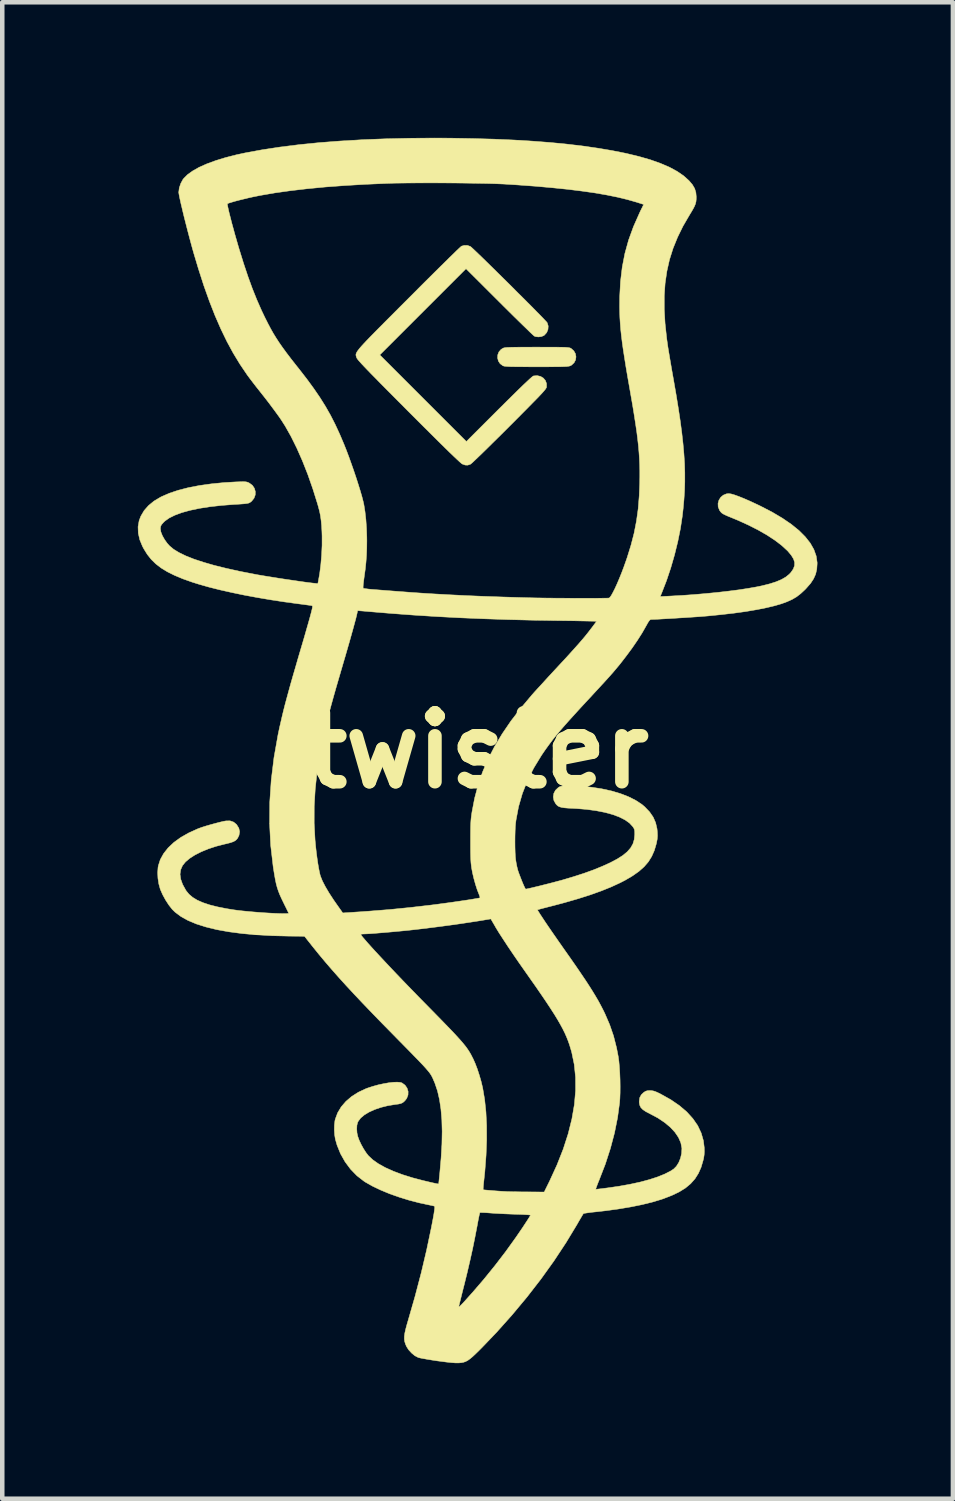
<source format=kicad_pcb>
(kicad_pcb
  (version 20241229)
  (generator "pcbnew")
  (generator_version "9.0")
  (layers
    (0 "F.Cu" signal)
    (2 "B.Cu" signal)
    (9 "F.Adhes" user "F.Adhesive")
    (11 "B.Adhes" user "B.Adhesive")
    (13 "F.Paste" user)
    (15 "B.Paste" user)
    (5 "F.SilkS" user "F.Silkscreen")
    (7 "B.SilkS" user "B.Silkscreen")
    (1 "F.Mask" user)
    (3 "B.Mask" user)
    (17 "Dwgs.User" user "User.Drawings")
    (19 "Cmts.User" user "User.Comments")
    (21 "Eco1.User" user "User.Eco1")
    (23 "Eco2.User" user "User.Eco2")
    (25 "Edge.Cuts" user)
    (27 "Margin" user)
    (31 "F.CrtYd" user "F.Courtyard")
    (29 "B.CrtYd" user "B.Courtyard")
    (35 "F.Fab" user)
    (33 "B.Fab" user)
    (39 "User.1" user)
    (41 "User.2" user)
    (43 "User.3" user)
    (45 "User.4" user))
  (footprint "twister"
    (layer "F.Cu")
    (at 7.518 13.559)
    (property "Reference" "twister" (at 0 0 0) (layer "F.SilkS") (effects (font (size 1.524 1.524) (thickness 0.3))))
    (attr through_hole)
    (fp_poly (pts (xy 1.481 -8.927) (xy 1.618 -8.927) (xy 1.73 -8.927) (xy 1.82 -8.926) (xy 1.891 -8.925) (xy 1.946 -8.923) (xy 1.986 -8.92) (xy 2.016 -8.916) (xy 2.037 -8.912) (xy 2.053 -8.907) (xy 2.066 -8.9) (xy 2.07 -8.898) (xy 2.129 -8.846) (xy 2.165 -8.783) (xy 2.178 -8.714) (xy 2.168 -8.644) (xy 2.135 -8.581) (xy 2.08 -8.53) (xy 2.059 -8.518) (xy 2.044 -8.512) (xy 2.026 -8.507) (xy 2.001 -8.503) (xy 1.968 -8.499) (xy 1.922 -8.497) (xy 1.861 -8.495) (xy 1.783 -8.493) (xy 1.685 -8.493) (xy 1.564 -8.492) (xy 1.417 -8.492) (xy 1.308 -8.492) (xy 1.142 -8.492) (xy 1.003 -8.493) (xy 0.89 -8.493) (xy 0.798 -8.495) (xy 0.726 -8.496) (xy 0.671 -8.499) (xy 0.629 -8.502) (xy 0.599 -8.505) (xy 0.577 -8.51) (xy 0.562 -8.515) (xy 0.559 -8.517) (xy 0.499 -8.561) (xy 0.46 -8.62) (xy 0.443 -8.688) (xy 0.447 -8.757) (xy 0.472 -8.822) (xy 0.519 -8.876) (xy 0.562 -8.903) (xy 0.577 -8.909) (xy 0.597 -8.914) (xy 0.625 -8.918) (xy 0.664 -8.921) (xy 0.717 -8.923) (xy 0.785 -8.925) (xy 0.872 -8.926) (xy 0.981 -8.927) (xy 1.113 -8.927) (xy 1.272 -8.928) (xy 1.317 -8.928) (xy 1.481 -8.927)) (stroke (width 0.01) (type solid)) (fill yes) (layer "F.SilkS"))
    (fp_poly (pts (xy -0.224 -11.178) (xy -0.161 -11.156) (xy -0.158 -11.154) (xy -0.138 -11.138) (xy -0.1 -11.103) (xy -0.045 -11.051) (xy 0.026 -10.983) (xy 0.109 -10.903) (xy 0.203 -10.811) (xy 0.305 -10.711) (xy 0.415 -10.603) (xy 0.529 -10.49) (xy 0.647 -10.374) (xy 0.765 -10.257) (xy 0.881 -10.14) (xy 0.995 -10.027) (xy 1.103 -9.919) (xy 1.204 -9.818) (xy 1.295 -9.725) (xy 1.375 -9.644) (xy 1.442 -9.575) (xy 1.493 -9.521) (xy 1.527 -9.485) (xy 1.541 -9.467) (xy 1.541 -9.467) (xy 1.563 -9.395) (xy 1.558 -9.32) (xy 1.53 -9.25) (xy 1.478 -9.192) (xy 1.463 -9.182) (xy 1.411 -9.161) (xy 1.347 -9.153) (xy 1.286 -9.16) (xy 1.258 -9.17) (xy 1.242 -9.183) (xy 1.206 -9.216) (xy 1.153 -9.266) (xy 1.085 -9.333) (xy 1.002 -9.413) (xy 0.907 -9.506) (xy 0.801 -9.61) (xy 0.687 -9.723) (xy 0.566 -9.843) (xy 0.484 -9.925) (xy -0.256 -10.663) (xy -2.164 -8.755) (xy -0.248 -6.839) (xy 0.473 -7.559) (xy 0.638 -7.723) (xy 0.782 -7.865) (xy 0.906 -7.987) (xy 1.009 -8.087) (xy 1.094 -8.167) (xy 1.158 -8.227) (xy 1.204 -8.267) (xy 1.231 -8.287) (xy 1.237 -8.29) (xy 1.319 -8.297) (xy 1.393 -8.28) (xy 1.455 -8.243) (xy 1.501 -8.189) (xy 1.526 -8.121) (xy 1.526 -8.045) (xy 1.526 -8.044) (xy 1.522 -8.031) (xy 1.513 -8.015) (xy 1.499 -7.994) (xy 1.476 -7.966) (xy 1.445 -7.93) (xy 1.404 -7.885) (xy 1.351 -7.829) (xy 1.285 -7.761) (xy 1.204 -7.679) (xy 1.108 -7.581) (xy 0.995 -7.467) (xy 0.863 -7.334) (xy 0.711 -7.182) (xy 0.702 -7.173) (xy 0.571 -7.042) (xy 0.446 -6.918) (xy 0.327 -6.801) (xy 0.218 -6.693) (xy 0.119 -6.596) (xy 0.032 -6.512) (xy -0.041 -6.442) (xy -0.098 -6.388) (xy -0.138 -6.352) (xy -0.159 -6.336) (xy -0.16 -6.335) (xy -0.218 -6.316) (xy -0.274 -6.318) (xy -0.338 -6.341) (xy -0.359 -6.356) (xy -0.397 -6.389) (xy -0.453 -6.441) (xy -0.528 -6.512) (xy -0.622 -6.602) (xy -0.734 -6.712) (xy -0.867 -6.843) (xy -1.019 -6.994) (xy -1.191 -7.165) (xy -1.383 -7.357) (xy -1.528 -7.502) (xy -1.714 -7.689) (xy -1.88 -7.856) (xy -2.026 -8.003) (xy -2.155 -8.133) (xy -2.266 -8.247) (xy -2.362 -8.344) (xy -2.442 -8.427) (xy -2.509 -8.497) (xy -2.563 -8.554) (xy -2.604 -8.6) (xy -2.636 -8.636) (xy -2.657 -8.663) (xy -2.67 -8.682) (xy -2.675 -8.692) (xy -2.682 -8.711) (xy -2.687 -8.728) (xy -2.691 -8.745) (xy -2.692 -8.762) (xy -2.688 -8.781) (xy -2.679 -8.803) (xy -2.664 -8.83) (xy -2.641 -8.862) (xy -2.61 -8.902) (xy -2.569 -8.949) (xy -2.517 -9.006) (xy -2.453 -9.074) (xy -2.376 -9.154) (xy -2.284 -9.248) (xy -2.177 -9.356) (xy -2.054 -9.48) (xy -1.913 -9.621) (xy -1.754 -9.781) (xy -1.574 -9.961) (xy -1.536 -9.999) (xy -1.381 -10.154) (xy -1.233 -10.303) (xy -1.091 -10.444) (xy -0.957 -10.577) (xy -0.833 -10.7) (xy -0.72 -10.811) (xy -0.62 -10.91) (xy -0.533 -10.994) (xy -0.463 -11.063) (xy -0.409 -11.114) (xy -0.373 -11.147) (xy -0.358 -11.161) (xy -0.294 -11.179) (xy -0.224 -11.178)) (stroke (width 0.01) (type solid)) (fill yes) (layer "F.SilkS"))
    (fp_poly (pts (xy -0.594 -13.552) (xy -0.102 -13.543) (xy 0.361 -13.53) (xy 0.799 -13.511) (xy 1.213 -13.486) (xy 1.605 -13.456) (xy 1.977 -13.42) (xy 2.33 -13.378) (xy 2.668 -13.329) (xy 2.976 -13.277) (xy 3.287 -13.215) (xy 3.569 -13.147) (xy 3.823 -13.074) (xy 4.048 -12.994) (xy 4.246 -12.909) (xy 4.416 -12.817) (xy 4.559 -12.719) (xy 4.676 -12.614) (xy 4.678 -12.612) (xy 4.754 -12.523) (xy 4.804 -12.437) (xy 4.831 -12.348) (xy 4.839 -12.257) (xy 4.838 -12.196) (xy 4.833 -12.145) (xy 4.821 -12.097) (xy 4.8 -12.045) (xy 4.769 -11.985) (xy 4.725 -11.91) (xy 4.689 -11.851) (xy 4.546 -11.605) (xy 4.426 -11.361) (xy 4.326 -11.114) (xy 4.247 -10.864) (xy 4.189 -10.606) (xy 4.15 -10.339) (xy 4.131 -10.06) (xy 4.131 -9.765) (xy 4.149 -9.452) (xy 4.185 -9.12) (xy 4.21 -8.943) (xy 4.22 -8.879) (xy 4.235 -8.791) (xy 4.253 -8.683) (xy 4.274 -8.561) (xy 4.296 -8.431) (xy 4.32 -8.296) (xy 4.337 -8.201) (xy 4.394 -7.873) (xy 4.443 -7.571) (xy 4.485 -7.293) (xy 4.519 -7.035) (xy 4.546 -6.794) (xy 4.566 -6.568) (xy 4.58 -6.353) (xy 4.586 -6.147) (xy 4.586 -5.946) (xy 4.58 -5.749) (xy 4.567 -5.551) (xy 4.549 -5.351) (xy 4.53 -5.185) (xy 4.489 -4.913) (xy 4.431 -4.626) (xy 4.359 -4.333) (xy 4.275 -4.042) (xy 4.181 -3.761) (xy 4.08 -3.501) (xy 4.066 -3.466) (xy 4.041 -3.408) (xy 4.249 -3.418) (xy 4.52 -3.433) (xy 4.79 -3.452) (xy 5.055 -3.475) (xy 5.31 -3.5) (xy 5.553 -3.528) (xy 5.78 -3.557) (xy 5.987 -3.589) (xy 6.17 -3.621) (xy 6.287 -3.645) (xy 6.459 -3.688) (xy 6.603 -3.734) (xy 6.723 -3.784) (xy 6.82 -3.84) (xy 6.897 -3.902) (xy 6.936 -3.944) (xy 6.987 -4.019) (xy 7.014 -4.092) (xy 7.016 -4.165) (xy 6.992 -4.24) (xy 6.942 -4.322) (xy 6.866 -4.413) (xy 6.85 -4.429) (xy 6.729 -4.54) (xy 6.581 -4.653) (xy 6.409 -4.766) (xy 6.214 -4.878) (xy 6 -4.987) (xy 5.77 -5.092) (xy 5.625 -5.152) (xy 5.539 -5.187) (xy 5.477 -5.215) (xy 5.432 -5.238) (xy 5.4 -5.26) (xy 5.377 -5.285) (xy 5.356 -5.314) (xy 5.353 -5.32) (xy 5.324 -5.394) (xy 5.321 -5.469) (xy 5.341 -5.541) (xy 5.38 -5.604) (xy 5.437 -5.652) (xy 5.507 -5.681) (xy 5.559 -5.686) (xy 5.611 -5.679) (xy 5.687 -5.657) (xy 5.786 -5.621) (xy 5.905 -5.573) (xy 6.042 -5.513) (xy 6.196 -5.441) (xy 6.26 -5.41) (xy 6.516 -5.278) (xy 6.744 -5.143) (xy 6.943 -5.007) (xy 7.112 -4.87) (xy 7.251 -4.731) (xy 7.362 -4.59) (xy 7.442 -4.449) (xy 7.493 -4.306) (xy 7.514 -4.163) (xy 7.514 -4.133) (xy 7.506 -4.013) (xy 7.481 -3.904) (xy 7.435 -3.801) (xy 7.368 -3.699) (xy 7.275 -3.593) (xy 7.245 -3.561) (xy 7.15 -3.473) (xy 7.058 -3.402) (xy 6.959 -3.344) (xy 6.846 -3.293) (xy 6.726 -3.249) (xy 6.568 -3.203) (xy 6.383 -3.159) (xy 6.171 -3.117) (xy 5.935 -3.077) (xy 5.676 -3.041) (xy 5.397 -3.009) (xy 5.098 -2.979) (xy 4.975 -2.969) (xy 4.903 -2.963) (xy 4.812 -2.957) (xy 4.706 -2.95) (xy 4.59 -2.942) (xy 4.469 -2.935) (xy 4.346 -2.927) (xy 4.227 -2.92) (xy 4.115 -2.914) (xy 4.016 -2.908) (xy 3.933 -2.904) (xy 3.872 -2.902) (xy 3.838 -2.901) (xy 3.82 -2.895) (xy 3.8 -2.876) (xy 3.774 -2.838) (xy 3.741 -2.779) (xy 3.727 -2.754) (xy 3.641 -2.603) (xy 3.536 -2.438) (xy 3.416 -2.263) (xy 3.284 -2.085) (xy 3.146 -1.907) (xy 3.003 -1.736) (xy 2.91 -1.631) (xy 2.87 -1.587) (xy 2.814 -1.525) (xy 2.743 -1.448) (xy 2.662 -1.36) (xy 2.575 -1.266) (xy 2.485 -1.168) (xy 2.426 -1.105) (xy 2.274 -0.941) (xy 2.142 -0.796) (xy 2.025 -0.667) (xy 1.924 -0.553) (xy 1.834 -0.45) (xy 1.755 -0.355) (xy 1.683 -0.267) (xy 1.618 -0.182) (xy 1.556 -0.098) (xy 1.495 -0.013) (xy 1.434 0.076) (xy 1.411 0.111) (xy 1.242 0.388) (xy 1.102 0.667) (xy 0.991 0.951) (xy 0.907 1.241) (xy 0.851 1.538) (xy 0.842 1.608) (xy 0.835 1.684) (xy 0.831 1.783) (xy 0.828 1.897) (xy 0.827 2.018) (xy 0.828 2.138) (xy 0.831 2.249) (xy 0.836 2.345) (xy 0.842 2.405) (xy 0.854 2.482) (xy 0.87 2.564) (xy 0.887 2.634) (xy 0.888 2.638) (xy 0.905 2.691) (xy 0.929 2.755) (xy 0.956 2.825) (xy 0.984 2.896) (xy 1.011 2.961) (xy 1.035 3.014) (xy 1.054 3.051) (xy 1.064 3.066) (xy 1.065 3.066) (xy 1.087 3.062) (xy 1.133 3.052) (xy 1.2 3.037) (xy 1.282 3.017) (xy 1.374 2.995) (xy 1.472 2.97) (xy 1.572 2.945) (xy 1.669 2.92) (xy 1.758 2.896) (xy 1.835 2.876) (xy 1.871 2.866) (xy 2.129 2.789) (xy 2.361 2.714) (xy 2.571 2.638) (xy 2.762 2.56) (xy 2.938 2.48) (xy 3.091 2.399) (xy 3.215 2.32) (xy 3.313 2.239) (xy 3.387 2.154) (xy 3.438 2.064) (xy 3.467 1.966) (xy 3.478 1.858) (xy 3.478 1.854) (xy 3.477 1.794) (xy 3.472 1.752) (xy 3.458 1.718) (xy 3.434 1.682) (xy 3.363 1.605) (xy 3.265 1.535) (xy 3.141 1.472) (xy 2.992 1.416) (xy 2.821 1.369) (xy 2.628 1.331) (xy 2.417 1.302) (xy 2.188 1.283) (xy 2.112 1.279) (xy 2.004 1.274) (xy 1.921 1.267) (xy 1.859 1.257) (xy 1.813 1.244) (xy 1.778 1.226) (xy 1.75 1.201) (xy 1.73 1.178) (xy 1.689 1.104) (xy 1.675 1.026) (xy 1.687 0.948) (xy 1.724 0.877) (xy 1.785 0.82) (xy 1.809 0.804) (xy 1.833 0.794) (xy 1.862 0.787) (xy 1.903 0.783) (xy 1.962 0.782) (xy 2.044 0.782) (xy 2.286 0.789) (xy 2.522 0.811) (xy 2.748 0.846) (xy 2.962 0.893) (xy 3.161 0.952) (xy 3.341 1.022) (xy 3.5 1.102) (xy 3.634 1.19) (xy 3.698 1.244) (xy 3.806 1.357) (xy 3.886 1.473) (xy 3.94 1.596) (xy 3.971 1.73) (xy 3.978 1.804) (xy 3.981 1.887) (xy 3.975 1.962) (xy 3.959 2.045) (xy 3.954 2.067) (xy 3.911 2.212) (xy 3.853 2.343) (xy 3.779 2.462) (xy 3.685 2.571) (xy 3.569 2.674) (xy 3.43 2.772) (xy 3.265 2.869) (xy 3.156 2.925) (xy 2.957 3.017) (xy 2.736 3.106) (xy 2.49 3.194) (xy 2.219 3.28) (xy 1.921 3.366) (xy 1.684 3.429) (xy 1.585 3.454) (xy 1.497 3.477) (xy 1.423 3.496) (xy 1.368 3.511) (xy 1.334 3.521) (xy 1.326 3.524) (xy 1.332 3.538) (xy 1.354 3.574) (xy 1.389 3.63) (xy 1.437 3.702) (xy 1.495 3.79) (xy 1.562 3.889) (xy 1.636 3.997) (xy 1.716 4.112) (xy 1.799 4.232) (xy 1.884 4.353) (xy 1.912 4.393) (xy 2.055 4.596) (xy 2.181 4.777) (xy 2.292 4.94) (xy 2.39 5.085) (xy 2.476 5.217) (xy 2.551 5.336) (xy 2.618 5.447) (xy 2.678 5.55) (xy 2.731 5.649) (xy 2.781 5.746) (xy 2.817 5.82) (xy 2.922 6.063) (xy 3.008 6.312) (xy 3.075 6.575) (xy 3.113 6.771) (xy 3.127 6.873) (xy 3.138 6.998) (xy 3.147 7.138) (xy 3.153 7.286) (xy 3.155 7.435) (xy 3.154 7.577) (xy 3.149 7.705) (xy 3.142 7.795) (xy 3.098 8.122) (xy 3.03 8.461) (xy 2.939 8.805) (xy 2.827 9.151) (xy 2.694 9.494) (xy 2.694 9.495) (xy 2.664 9.568) (xy 2.64 9.631) (xy 2.623 9.678) (xy 2.616 9.705) (xy 2.617 9.709) (xy 2.635 9.707) (xy 2.678 9.702) (xy 2.74 9.695) (xy 2.816 9.685) (xy 2.866 9.679) (xy 3.129 9.641) (xy 3.374 9.597) (xy 3.6 9.548) (xy 3.804 9.493) (xy 3.985 9.434) (xy 4.141 9.371) (xy 4.27 9.305) (xy 4.339 9.26) (xy 4.4 9.199) (xy 4.452 9.116) (xy 4.491 9.019) (xy 4.515 8.914) (xy 4.521 8.809) (xy 4.52 8.793) (xy 4.497 8.677) (xy 4.446 8.561) (xy 4.368 8.446) (xy 4.265 8.335) (xy 4.138 8.229) (xy 3.99 8.13) (xy 3.821 8.04) (xy 3.818 8.038) (xy 3.725 7.99) (xy 3.659 7.946) (xy 3.614 7.9) (xy 3.589 7.849) (xy 3.578 7.79) (xy 3.577 7.763) (xy 3.588 7.682) (xy 3.623 7.616) (xy 3.677 7.565) (xy 3.717 7.539) (xy 3.758 7.526) (xy 3.814 7.523) (xy 3.816 7.523) (xy 3.858 7.526) (xy 3.898 7.534) (xy 3.945 7.55) (xy 4.004 7.577) (xy 4.058 7.604) (xy 4.276 7.726) (xy 4.467 7.857) (xy 4.63 7.996) (xy 4.764 8.144) (xy 4.871 8.299) (xy 4.948 8.462) (xy 4.997 8.632) (xy 5.016 8.785) (xy 5.018 8.873) (xy 5.014 8.946) (xy 5.003 9.019) (xy 4.991 9.069) (xy 4.946 9.222) (xy 4.886 9.357) (xy 4.81 9.477) (xy 4.715 9.584) (xy 4.6 9.68) (xy 4.461 9.766) (xy 4.298 9.844) (xy 4.107 9.918) (xy 4.059 9.934) (xy 3.862 9.993) (xy 3.638 10.048) (xy 3.391 10.098) (xy 3.124 10.143) (xy 2.842 10.182) (xy 2.631 10.206) (xy 2.543 10.215) (xy 2.465 10.225) (xy 2.402 10.234) (xy 2.36 10.241) (xy 2.343 10.246) (xy 2.332 10.262) (xy 2.309 10.3) (xy 2.276 10.356) (xy 2.236 10.424) (xy 2.198 10.491) (xy 1.957 10.889) (xy 1.691 11.292) (xy 1.401 11.696) (xy 1.091 12.096) (xy 0.764 12.488) (xy 0.423 12.87) (xy 0.144 13.162) (xy 0.044 13.264) (xy -0.04 13.346) (xy -0.109 13.411) (xy -0.168 13.46) (xy -0.218 13.496) (xy -0.265 13.52) (xy -0.31 13.536) (xy -0.357 13.545) (xy -0.41 13.55) (xy -0.434 13.551) (xy -0.496 13.55) (xy -0.584 13.543) (xy -0.695 13.531) (xy -0.825 13.514) (xy -0.902 13.504) (xy -1.005 13.488) (xy -1.103 13.472) (xy -1.188 13.457) (xy -1.257 13.444) (xy -1.304 13.433) (xy -1.318 13.428) (xy -1.39 13.39) (xy -1.461 13.331) (xy -1.525 13.261) (xy -1.572 13.188) (xy -1.596 13.132) (xy -1.613 13.078) (xy -1.621 13.023) (xy -1.62 12.962) (xy -1.61 12.89) (xy -1.59 12.801) (xy -1.561 12.693) (xy -1.536 12.608) (xy -1.449 12.306) (xy -0.415 12.306) (xy -0.409 12.307) (xy -0.394 12.297) (xy -0.369 12.274) (xy -0.332 12.235) (xy -0.281 12.18) (xy -0.214 12.105) (xy -0.129 12.01) (xy -0.114 11.994) (xy 0.137 11.702) (xy 0.385 11.396) (xy 0.625 11.083) (xy 0.849 10.771) (xy 0.984 10.574) (xy 1.038 10.492) (xy 1.086 10.419) (xy 1.126 10.357) (xy 1.154 10.311) (xy 1.17 10.285) (xy 1.172 10.28) (xy 1.158 10.277) (xy 1.118 10.273) (xy 1.056 10.269) (xy 0.978 10.265) (xy 0.887 10.262) (xy 0.845 10.261) (xy 0.73 10.257) (xy 0.607 10.252) (xy 0.486 10.246) (xy 0.376 10.24) (xy 0.289 10.234) (xy 0.209 10.228) (xy 0.14 10.224) (xy 0.087 10.223) (xy 0.057 10.223) (xy 0.051 10.224) (xy 0.046 10.241) (xy 0.036 10.283) (xy 0.023 10.345) (xy 0.008 10.422) (xy -0.008 10.51) (xy -0.009 10.516) (xy -0.058 10.769) (xy -0.109 11.021) (xy -0.166 11.278) (xy -0.229 11.549) (xy -0.294 11.813) (xy -0.323 11.926) (xy -0.349 12.03) (xy -0.372 12.123) (xy -0.391 12.199) (xy -0.405 12.256) (xy -0.413 12.289) (xy -0.414 12.294) (xy -0.415 12.306) (xy -1.449 12.306) (xy -1.384 12.079) (xy -1.247 11.558) (xy -1.127 11.05) (xy -1.024 10.56) (xy -0.986 10.363) (xy -0.967 10.255) (xy -0.955 10.175) (xy -0.949 10.121) (xy -0.949 10.091) (xy -0.953 10.083) (xy -0.975 10.076) (xy -1.018 10.066) (xy -1.067 10.056) (xy -1.292 10.008) (xy -1.518 9.949) (xy -1.738 9.881) (xy -1.95 9.806) (xy -2.147 9.724) (xy -2.325 9.639) (xy -2.479 9.552) (xy -2.514 9.529) (xy -2.67 9.408) (xy -2.81 9.264) (xy -2.932 9.1) (xy -3.033 8.921) (xy -3.11 8.73) (xy -3.148 8.597) (xy -3.163 8.503) (xy -3.17 8.396) (xy -3.168 8.289) (xy -3.157 8.193) (xy -3.149 8.157) (xy -3.097 8.017) (xy -3.018 7.885) (xy -2.914 7.764) (xy -2.787 7.655) (xy -2.639 7.561) (xy -2.473 7.483) (xy -2.436 7.469) (xy -2.32 7.431) (xy -2.201 7.398) (xy -2.082 7.372) (xy -1.969 7.352) (xy -1.866 7.34) (xy -1.778 7.337) (xy -1.71 7.343) (xy -1.673 7.354) (xy -1.605 7.404) (xy -1.56 7.469) (xy -1.537 7.543) (xy -1.539 7.62) (xy -1.567 7.694) (xy -1.596 7.734) (xy -1.63 7.77) (xy -1.662 7.794) (xy -1.699 7.81) (xy -1.75 7.822) (xy -1.822 7.831) (xy -1.986 7.858) (xy -2.139 7.896) (xy -2.279 7.944) (xy -2.402 8) (xy -2.506 8.063) (xy -2.587 8.131) (xy -2.641 8.204) (xy -2.654 8.229) (xy -2.67 8.293) (xy -2.674 8.374) (xy -2.668 8.461) (xy -2.651 8.538) (xy -2.621 8.621) (xy -2.577 8.715) (xy -2.524 8.811) (xy -2.468 8.898) (xy -2.417 8.964) (xy -2.32 9.055) (xy -2.195 9.143) (xy -2.042 9.228) (xy -1.864 9.308) (xy -1.662 9.384) (xy -1.438 9.454) (xy -1.21 9.514) (xy -1.125 9.534) (xy -1.046 9.553) (xy -0.979 9.568) (xy -0.932 9.578) (xy -0.915 9.582) (xy -0.861 9.591) (xy -0.836 9.346) (xy -0.807 9.013) (xy -0.789 8.707) (xy -0.784 8.425) (xy -0.791 8.168) (xy -0.811 7.934) (xy -0.843 7.722) (xy -0.887 7.531) (xy -0.945 7.359) (xy -0.994 7.245) (xy -1.008 7.217) (xy -1.022 7.191) (xy -1.039 7.164) (xy -1.058 7.136) (xy -1.083 7.104) (xy -1.114 7.067) (xy -1.153 7.022) (xy -1.201 6.969) (xy -1.261 6.906) (xy -1.333 6.831) (xy -1.42 6.742) (xy -1.522 6.637) (xy -1.642 6.515) (xy -1.78 6.375) (xy -1.856 6.297) (xy -2.104 6.045) (xy -2.332 5.81) (xy -2.541 5.592) (xy -2.733 5.389) (xy -2.91 5.198) (xy -3.073 5.018) (xy -3.225 4.846) (xy -3.367 4.681) (xy -3.501 4.521) (xy -3.628 4.364) (xy -3.669 4.313) (xy -3.83 4.109) (xy -4.166 4.106) (xy -4.541 4.097) (xy -4.89 4.077) (xy -5 4.068) (xy -2.585 4.068) (xy -2.575 4.086) (xy -2.545 4.125) (xy -2.497 4.181) (xy -2.434 4.254) (xy -2.355 4.342) (xy -2.263 4.443) (xy -2.159 4.555) (xy -2.046 4.676) (xy -1.924 4.806) (xy -1.795 4.942) (xy -1.661 5.082) (xy -1.523 5.225) (xy -1.383 5.369) (xy -1.243 5.513) (xy -1.203 5.553) (xy -1.038 5.721) (xy -0.893 5.869) (xy -0.766 5.999) (xy -0.656 6.113) (xy -0.56 6.212) (xy -0.479 6.299) (xy -0.41 6.375) (xy -0.351 6.441) (xy -0.302 6.5) (xy -0.26 6.552) (xy -0.225 6.601) (xy -0.194 6.647) (xy -0.166 6.693) (xy -0.14 6.74) (xy -0.115 6.789) (xy -0.098 6.822) (xy -0.053 6.923) (xy -0.006 7.046) (xy 0.038 7.181) (xy 0.078 7.319) (xy 0.11 7.452) (xy 0.113 7.466) (xy 0.156 7.719) (xy 0.185 7.996) (xy 0.2 8.296) (xy 0.201 8.617) (xy 0.188 8.957) (xy 0.161 9.314) (xy 0.141 9.504) (xy 0.133 9.579) (xy 0.127 9.644) (xy 0.124 9.691) (xy 0.123 9.716) (xy 0.124 9.718) (xy 0.14 9.721) (xy 0.181 9.725) (xy 0.241 9.73) (xy 0.314 9.736) (xy 0.396 9.743) (xy 0.481 9.749) (xy 0.563 9.754) (xy 0.637 9.758) (xy 0.654 9.759) (xy 0.695 9.76) (xy 0.76 9.762) (xy 0.844 9.763) (xy 0.942 9.765) (xy 1.048 9.766) (xy 1.109 9.766) (xy 1.474 9.769) (xy 1.592 9.53) (xy 1.757 9.17) (xy 1.895 8.82) (xy 2.005 8.48) (xy 2.087 8.152) (xy 2.142 7.834) (xy 2.169 7.527) (xy 2.168 7.23) (xy 2.139 6.945) (xy 2.082 6.671) (xy 2.034 6.51) (xy 2.004 6.425) (xy 1.97 6.34) (xy 1.932 6.253) (xy 1.887 6.162) (xy 1.834 6.064) (xy 1.773 5.958) (xy 1.702 5.841) (xy 1.619 5.712) (xy 1.524 5.568) (xy 1.415 5.407) (xy 1.291 5.227) (xy 1.15 5.027) (xy 1.085 4.934) (xy 0.934 4.719) (xy 0.797 4.52) (xy 0.674 4.338) (xy 0.567 4.175) (xy 0.475 4.033) (xy 0.401 3.912) (xy 0.38 3.874) (xy 0.293 3.725) (xy 0.24 3.734) (xy 0.056 3.765) (xy -0.152 3.797) (xy -0.376 3.831) (xy -0.612 3.864) (xy -0.851 3.896) (xy -1.087 3.926) (xy -1.314 3.953) (xy -1.435 3.967) (xy -1.546 3.979) (xy -1.667 3.991) (xy -1.795 4.003) (xy -1.925 4.015) (xy -2.053 4.026) (xy -2.174 4.036) (xy -2.283 4.045) (xy -2.377 4.052) (xy -2.451 4.056) (xy -2.5 4.058) (xy -2.505 4.058) (xy -2.549 4.06) (xy -2.578 4.064) (xy -2.585 4.068) (xy -5 4.068) (xy -5.211 4.049) (xy -5.506 4.01) (xy -5.773 3.962) (xy -6.013 3.903) (xy -6.225 3.836) (xy -6.41 3.758) (xy -6.566 3.671) (xy -6.694 3.575) (xy -6.757 3.513) (xy -6.831 3.419) (xy -6.904 3.307) (xy -6.97 3.186) (xy -7.021 3.069) (xy -7.023 3.062) (xy -7.054 2.95) (xy -7.073 2.826) (xy -7.079 2.701) (xy -7.071 2.586) (xy -7.065 2.551) (xy -7.021 2.413) (xy -6.948 2.28) (xy -6.848 2.153) (xy -6.722 2.034) (xy -6.571 1.924) (xy -6.396 1.824) (xy -6.198 1.734) (xy -6.165 1.721) (xy -6.095 1.696) (xy -6.006 1.668) (xy -5.906 1.639) (xy -5.804 1.611) (xy -5.707 1.586) (xy -5.623 1.566) (xy -5.566 1.556) (xy -5.477 1.555) (xy -5.399 1.582) (xy -5.334 1.635) (xy -5.286 1.712) (xy -5.282 1.72) (xy -5.266 1.796) (xy -5.279 1.876) (xy -5.308 1.935) (xy -5.333 1.968) (xy -5.365 1.995) (xy -5.41 2.018) (xy -5.472 2.039) (xy -5.557 2.061) (xy -5.598 2.07) (xy -5.785 2.118) (xy -5.958 2.175) (xy -6.116 2.24) (xy -6.254 2.31) (xy -6.371 2.385) (xy -6.463 2.463) (xy -6.528 2.543) (xy -6.53 2.546) (xy -6.57 2.638) (xy -6.584 2.737) (xy -6.569 2.845) (xy -6.527 2.962) (xy -6.457 3.089) (xy -6.448 3.103) (xy -6.386 3.179) (xy -6.305 3.248) (xy -6.203 3.31) (xy -6.078 3.365) (xy -5.928 3.415) (xy -5.753 3.459) (xy -5.551 3.499) (xy -5.396 3.524) (xy -5.306 3.536) (xy -5.203 3.548) (xy -5.09 3.559) (xy -4.97 3.57) (xy -4.847 3.58) (xy -4.725 3.589) (xy -4.607 3.596) (xy -4.496 3.602) (xy -4.396 3.606) (xy -4.311 3.608) (xy -4.245 3.608) (xy -4.2 3.605) (xy -4.18 3.6) (xy -4.18 3.598) (xy -4.188 3.581) (xy -4.208 3.541) (xy -4.235 3.485) (xy -4.269 3.417) (xy -4.286 3.382) (xy -4.335 3.281) (xy -4.375 3.193) (xy -4.407 3.112) (xy -4.434 3.031) (xy -4.457 2.945) (xy -4.477 2.848) (xy -4.497 2.734) (xy -4.519 2.598) (xy -4.524 2.563) (xy -4.578 2.098) (xy -4.602 1.625) (xy -4.602 1.608) (xy -3.616 1.608) (xy -3.596 1.98) (xy -3.583 2.119) (xy -3.569 2.243) (xy -3.553 2.368) (xy -3.536 2.486) (xy -3.518 2.594) (xy -3.5 2.685) (xy -3.484 2.754) (xy -3.476 2.78) (xy -3.434 2.885) (xy -3.37 3.009) (xy -3.287 3.15) (xy -3.184 3.308) (xy -3.098 3.431) (xy -2.983 3.593) (xy -2.841 3.584) (xy -2.78 3.58) (xy -2.696 3.574) (xy -2.598 3.568) (xy -2.493 3.56) (xy -2.39 3.553) (xy -1.939 3.517) (xy -1.488 3.472) (xy -1.03 3.419) (xy -0.911 3.404) (xy -0.787 3.387) (xy -0.659 3.37) (xy -0.531 3.352) (xy -0.408 3.334) (xy -0.291 3.317) (xy -0.186 3.301) (xy -0.096 3.286) (xy -0.024 3.274) (xy 0.027 3.265) (xy 0.052 3.258) (xy 0.054 3.257) (xy 0.053 3.241) (xy 0.041 3.207) (xy 0.032 3.182) (xy -0.008 3.08) (xy -0.047 2.959) (xy -0.083 2.829) (xy -0.113 2.701) (xy -0.123 2.647) (xy -0.133 2.592) (xy -0.14 2.538) (xy -0.146 2.483) (xy -0.15 2.42) (xy -0.153 2.345) (xy -0.155 2.253) (xy -0.156 2.14) (xy -0.156 2.021) (xy -0.156 1.886) (xy -0.155 1.776) (xy -0.154 1.685) (xy -0.151 1.609) (xy -0.147 1.543) (xy -0.141 1.482) (xy -0.133 1.42) (xy -0.123 1.355) (xy -0.065 1.053) (xy 0.013 0.76) (xy 0.111 0.473) (xy 0.232 0.19) (xy 0.376 -0.09) (xy 0.545 -0.371) (xy 0.738 -0.654) (xy 0.959 -0.941) (xy 1.206 -1.235) (xy 1.217 -1.247) (xy 1.262 -1.298) (xy 1.324 -1.366) (xy 1.399 -1.447) (xy 1.483 -1.539) (xy 1.572 -1.637) (xy 1.664 -1.736) (xy 1.713 -1.789) (xy 1.852 -1.939) (xy 1.973 -2.069) (xy 2.076 -2.183) (xy 2.165 -2.282) (xy 2.242 -2.368) (xy 2.308 -2.445) (xy 2.366 -2.513) (xy 2.376 -2.525) (xy 2.412 -2.57) (xy 2.455 -2.624) (xy 2.5 -2.683) (xy 2.544 -2.74) (xy 2.582 -2.791) (xy 2.612 -2.831) (xy 2.628 -2.855) (xy 2.63 -2.86) (xy 2.616 -2.861) (xy 2.574 -2.863) (xy 2.507 -2.864) (xy 2.419 -2.866) (xy 2.311 -2.868) (xy 2.187 -2.871) (xy 2.049 -2.873) (xy 1.9 -2.875) (xy 1.807 -2.876) (xy 1.221 -2.885) (xy 0.661 -2.899) (xy 0.121 -2.917) (xy -0.402 -2.939) (xy -0.912 -2.966) (xy -1.415 -2.998) (xy -1.915 -3.035) (xy -2.299 -3.067) (xy -2.397 -3.075) (xy -2.485 -3.083) (xy -2.558 -3.089) (xy -2.612 -3.093) (xy -2.643 -3.096) (xy -2.649 -3.096) (xy -2.659 -3.084) (xy -2.66 -3.07) (xy -2.665 -3.043) (xy -2.677 -2.99) (xy -2.696 -2.913) (xy -2.723 -2.814) (xy -2.755 -2.696) (xy -2.793 -2.56) (xy -2.835 -2.41) (xy -2.882 -2.247) (xy -2.932 -2.074) (xy -2.985 -1.894) (xy -2.996 -1.856) (xy -3.069 -1.606) (xy -3.134 -1.383) (xy -3.191 -1.182) (xy -3.241 -1.001) (xy -3.285 -0.837) (xy -3.324 -0.688) (xy -3.358 -0.55) (xy -3.389 -0.422) (xy -3.395 -0.391) (xy -3.483 0.038) (xy -3.549 0.449) (xy -3.592 0.845) (xy -3.615 1.231) (xy -3.616 1.608) (xy -4.602 1.608) (xy -4.599 1.144) (xy -4.566 0.653) (xy -4.505 0.154) (xy -4.415 -0.354) (xy -4.38 -0.519) (xy -4.352 -0.64) (xy -4.324 -0.762) (xy -4.294 -0.886) (xy -4.261 -1.016) (xy -4.224 -1.154) (xy -4.183 -1.304) (xy -4.138 -1.468) (xy -4.086 -1.65) (xy -4.027 -1.852) (xy -3.962 -2.077) (xy -3.903 -2.277) (xy -3.866 -2.402) (xy -3.828 -2.531) (xy -3.792 -2.658) (xy -3.758 -2.776) (xy -3.729 -2.878) (xy -3.707 -2.957) (xy -3.683 -3.047) (xy -3.667 -3.111) (xy -3.657 -3.155) (xy -3.653 -3.183) (xy -3.655 -3.198) (xy -3.662 -3.205) (xy -3.673 -3.208) (xy -3.673 -3.208) (xy -3.698 -3.212) (xy -3.747 -3.219) (xy -3.815 -3.228) (xy -3.895 -3.239) (xy -3.953 -3.246) (xy -4.262 -3.288) (xy -4.57 -3.335) (xy -4.871 -3.386) (xy -5.163 -3.44) (xy -5.442 -3.498) (xy -5.704 -3.557) (xy -5.946 -3.618) (xy -6.164 -3.68) (xy -6.312 -3.726) (xy -6.523 -3.801) (xy -6.707 -3.878) (xy -6.866 -3.957) (xy -7.003 -4.041) (xy -7.121 -4.132) (xy -7.222 -4.231) (xy -7.31 -4.342) (xy -7.386 -4.465) (xy -7.414 -4.517) (xy -7.475 -4.665) (xy -7.508 -4.811) (xy -7.513 -4.953) (xy -7.489 -5.089) (xy -7.451 -5.188) (xy -7.378 -5.312) (xy -7.282 -5.421) (xy -7.162 -5.52) (xy -7.015 -5.608) (xy -6.989 -5.621) (xy -6.819 -5.695) (xy -6.622 -5.761) (xy -6.4 -5.818) (xy -6.157 -5.865) (xy -5.893 -5.902) (xy -5.611 -5.93) (xy -5.351 -5.945) (xy -5.261 -5.948) (xy -5.197 -5.95) (xy -5.15 -5.949) (xy -5.117 -5.945) (xy -5.09 -5.938) (xy -5.065 -5.927) (xy -5.05 -5.919) (xy -4.983 -5.87) (xy -4.939 -5.805) (xy -4.918 -5.732) (xy -4.92 -5.657) (xy -4.947 -5.584) (xy -4.998 -5.52) (xy -5.016 -5.505) (xy -5.034 -5.492) (xy -5.054 -5.481) (xy -5.078 -5.473) (xy -5.113 -5.467) (xy -5.161 -5.461) (xy -5.228 -5.456) (xy -5.318 -5.45) (xy -5.38 -5.447) (xy -5.663 -5.425) (xy -5.922 -5.396) (xy -6.155 -5.36) (xy -6.363 -5.316) (xy -6.544 -5.266) (xy -6.698 -5.209) (xy -6.825 -5.146) (xy -6.923 -5.076) (xy -6.958 -5.041) (xy -6.994 -4.999) (xy -7.012 -4.964) (xy -7.018 -4.926) (xy -7.019 -4.91) (xy -7.008 -4.839) (xy -6.976 -4.757) (xy -6.928 -4.671) (xy -6.868 -4.587) (xy -6.816 -4.529) (xy -6.726 -4.454) (xy -6.606 -4.381) (xy -6.456 -4.308) (xy -6.277 -4.237) (xy -6.068 -4.168) (xy -5.83 -4.099) (xy -5.563 -4.033) (xy -5.267 -3.967) (xy -4.942 -3.904) (xy -4.881 -3.892) (xy -4.781 -3.875) (xy -4.661 -3.855) (xy -4.528 -3.834) (xy -4.386 -3.811) (xy -4.241 -3.789) (xy -4.097 -3.768) (xy -3.961 -3.748) (xy -3.836 -3.73) (xy -3.73 -3.716) (xy -3.646 -3.706) (xy -3.627 -3.704) (xy -3.535 -3.694) (xy -3.526 -3.737) (xy -3.494 -3.916) (xy -3.469 -4.115) (xy -3.451 -4.326) (xy -3.441 -4.54) (xy -3.441 -4.747) (xy -3.444 -4.842) (xy -3.451 -4.976) (xy -3.462 -5.09) (xy -3.476 -5.192) (xy -3.496 -5.292) (xy -3.524 -5.398) (xy -3.541 -5.458) (xy -3.646 -5.793) (xy -3.758 -6.113) (xy -3.877 -6.414) (xy -4.001 -6.695) (xy -4.129 -6.953) (xy -4.26 -7.185) (xy -4.343 -7.315) (xy -4.395 -7.391) (xy -4.462 -7.483) (xy -4.538 -7.586) (xy -4.618 -7.693) (xy -4.699 -7.798) (xy -4.747 -7.859) (xy -4.821 -7.953) (xy -4.896 -8.047) (xy -4.966 -8.138) (xy -5.028 -8.219) (xy -5.078 -8.286) (xy -5.106 -8.325) (xy -5.26 -8.553) (xy -5.407 -8.795) (xy -5.547 -9.053) (xy -5.681 -9.33) (xy -5.81 -9.626) (xy -5.935 -9.945) (xy -6.057 -10.287) (xy -6.176 -10.657) (xy -6.277 -10.994) (xy -6.312 -11.117) (xy -6.348 -11.249) (xy -6.385 -11.388) (xy -6.422 -11.529) (xy -6.458 -11.67) (xy -6.493 -11.807) (xy -6.524 -11.936) (xy -6.552 -12.055) (xy -6.559 -12.082) (xy -5.536 -12.082) (xy -5.528 -12.038) (xy -5.514 -11.972) (xy -5.494 -11.887) (xy -5.468 -11.786) (xy -5.439 -11.672) (xy -5.405 -11.549) (xy -5.37 -11.42) (xy -5.332 -11.288) (xy -5.294 -11.156) (xy -5.276 -11.096) (xy -5.178 -10.78) (xy -5.081 -10.49) (xy -4.984 -10.223) (xy -4.884 -9.974) (xy -4.781 -9.74) (xy -4.705 -9.581) (xy -4.642 -9.456) (xy -4.582 -9.342) (xy -4.522 -9.235) (xy -4.458 -9.131) (xy -4.39 -9.026) (xy -4.313 -8.916) (xy -4.226 -8.797) (xy -4.126 -8.666) (xy -4.009 -8.517) (xy -3.953 -8.447) (xy -3.78 -8.224) (xy -3.627 -8.015) (xy -3.49 -7.815) (xy -3.367 -7.619) (xy -3.255 -7.422) (xy -3.151 -7.218) (xy -3.051 -7.002) (xy -2.956 -6.778) (xy -2.903 -6.645) (xy -2.848 -6.499) (xy -2.793 -6.345) (xy -2.738 -6.188) (xy -2.686 -6.033) (xy -2.638 -5.883) (xy -2.595 -5.744) (xy -2.559 -5.62) (xy -2.532 -5.515) (xy -2.516 -5.445) (xy -2.491 -5.288) (xy -2.471 -5.11) (xy -2.458 -4.919) (xy -2.451 -4.723) (xy -2.45 -4.644) (xy -2.452 -4.475) (xy -2.458 -4.321) (xy -2.469 -4.171) (xy -2.485 -4.015) (xy -2.509 -3.842) (xy -2.512 -3.82) (xy -2.522 -3.741) (xy -2.53 -3.674) (xy -2.533 -3.624) (xy -2.532 -3.596) (xy -2.53 -3.593) (xy -2.511 -3.587) (xy -2.468 -3.581) (xy -2.407 -3.573) (xy -2.333 -3.566) (xy -2.307 -3.564) (xy -2.062 -3.545) (xy -1.842 -3.528) (xy -1.643 -3.513) (xy -1.459 -3.499) (xy -1.287 -3.487) (xy -1.12 -3.476) (xy -0.956 -3.466) (xy -0.788 -3.457) (xy -0.613 -3.447) (xy -0.425 -3.438) (xy -0.376 -3.435) (xy -0.228 -3.428) (xy -0.056 -3.421) (xy 0.134 -3.413) (xy 0.335 -3.406) (xy 0.54 -3.399) (xy 0.745 -3.393) (xy 0.942 -3.387) (xy 1.126 -3.382) (xy 1.289 -3.378) (xy 1.375 -3.377) (xy 1.489 -3.375) (xy 1.615 -3.374) (xy 1.751 -3.372) (xy 1.892 -3.372) (xy 2.036 -3.371) (xy 2.18 -3.37) (xy 2.319 -3.37) (xy 2.451 -3.37) (xy 2.573 -3.37) (xy 2.681 -3.371) (xy 2.772 -3.372) (xy 2.843 -3.373) (xy 2.89 -3.374) (xy 2.91 -3.376) (xy 2.932 -3.394) (xy 2.962 -3.438) (xy 2.998 -3.504) (xy 3.041 -3.589) (xy 3.087 -3.69) (xy 3.136 -3.805) (xy 3.186 -3.929) (xy 3.236 -4.061) (xy 3.284 -4.196) (xy 3.309 -4.268) (xy 3.395 -4.545) (xy 3.464 -4.812) (xy 3.516 -5.079) (xy 3.554 -5.351) (xy 3.577 -5.638) (xy 3.588 -5.908) (xy 3.59 -6.054) (xy 3.59 -6.193) (xy 3.587 -6.327) (xy 3.581 -6.461) (xy 3.572 -6.596) (xy 3.56 -6.737) (xy 3.543 -6.886) (xy 3.523 -7.048) (xy 3.497 -7.224) (xy 3.467 -7.418) (xy 3.432 -7.634) (xy 3.39 -7.874) (xy 3.365 -8.018) (xy 3.321 -8.268) (xy 3.283 -8.492) (xy 3.251 -8.693) (xy 3.223 -8.873) (xy 3.2 -9.036) (xy 3.182 -9.185) (xy 3.167 -9.323) (xy 3.157 -9.453) (xy 3.149 -9.578) (xy 3.145 -9.701) (xy 3.143 -9.825) (xy 3.144 -9.954) (xy 3.145 -10.045) (xy 3.163 -10.38) (xy 3.201 -10.697) (xy 3.26 -11.001) (xy 3.342 -11.297) (xy 3.449 -11.592) (xy 3.581 -11.89) (xy 3.596 -11.923) (xy 3.676 -12.085) (xy 3.515 -12.136) (xy 3.319 -12.192) (xy 3.102 -12.245) (xy 2.861 -12.294) (xy 2.596 -12.34) (xy 2.307 -12.381) (xy 1.992 -12.42) (xy 1.65 -12.455) (xy 1.281 -12.488) (xy 0.883 -12.517) (xy 0.586 -12.536) (xy 0.487 -12.54) (xy 0.361 -12.545) (xy 0.213 -12.549) (xy 0.046 -12.552) (xy -0.137 -12.555) (xy -0.33 -12.558) (xy -0.531 -12.56) (xy -0.736 -12.561) (xy -0.941 -12.562) (xy -1.143 -12.562) (xy -1.337 -12.561) (xy -1.52 -12.56) (xy -1.688 -12.558) (xy -1.838 -12.556) (xy -1.965 -12.552) (xy -1.999 -12.551) (xy -2.483 -12.53) (xy -2.94 -12.503) (xy -3.371 -12.471) (xy -3.774 -12.432) (xy -4.149 -12.388) (xy -4.496 -12.339) (xy -4.813 -12.284) (xy -4.877 -12.271) (xy -4.976 -12.251) (xy -5.079 -12.228) (xy -5.181 -12.203) (xy -5.279 -12.179) (xy -5.367 -12.156) (xy -5.441 -12.134) (xy -5.497 -12.117) (xy -5.53 -12.104) (xy -5.536 -12.1) (xy -5.536 -12.082) (xy -6.559 -12.082) (xy -6.576 -12.159) (xy -6.595 -12.245) (xy -6.607 -12.31) (xy -6.613 -12.35) (xy -6.613 -12.355) (xy -6.601 -12.451) (xy -6.568 -12.549) (xy -6.52 -12.638) (xy -6.502 -12.661) (xy -6.417 -12.746) (xy -6.302 -12.828) (xy -6.161 -12.908) (xy -5.992 -12.983) (xy -5.799 -13.054) (xy -5.581 -13.121) (xy -5.34 -13.183) (xy -5.14 -13.226) (xy -4.77 -13.294) (xy -4.372 -13.355) (xy -3.949 -13.408) (xy -3.501 -13.453) (xy -3.03 -13.489) (xy -2.537 -13.518) (xy -2.025 -13.538) (xy -1.494 -13.55) (xy -0.947 -13.554) (xy -0.594 -13.552)) (stroke (width 0.01) (type solid)) (fill yes) (layer "F.SilkS")))
  (gr_rect
    (start -3 -3)
    (end 18.037 30.115)
    (stroke (width 0.1) (type default))
    (fill no)
    (layer "Edge.Cuts")))
</source>
